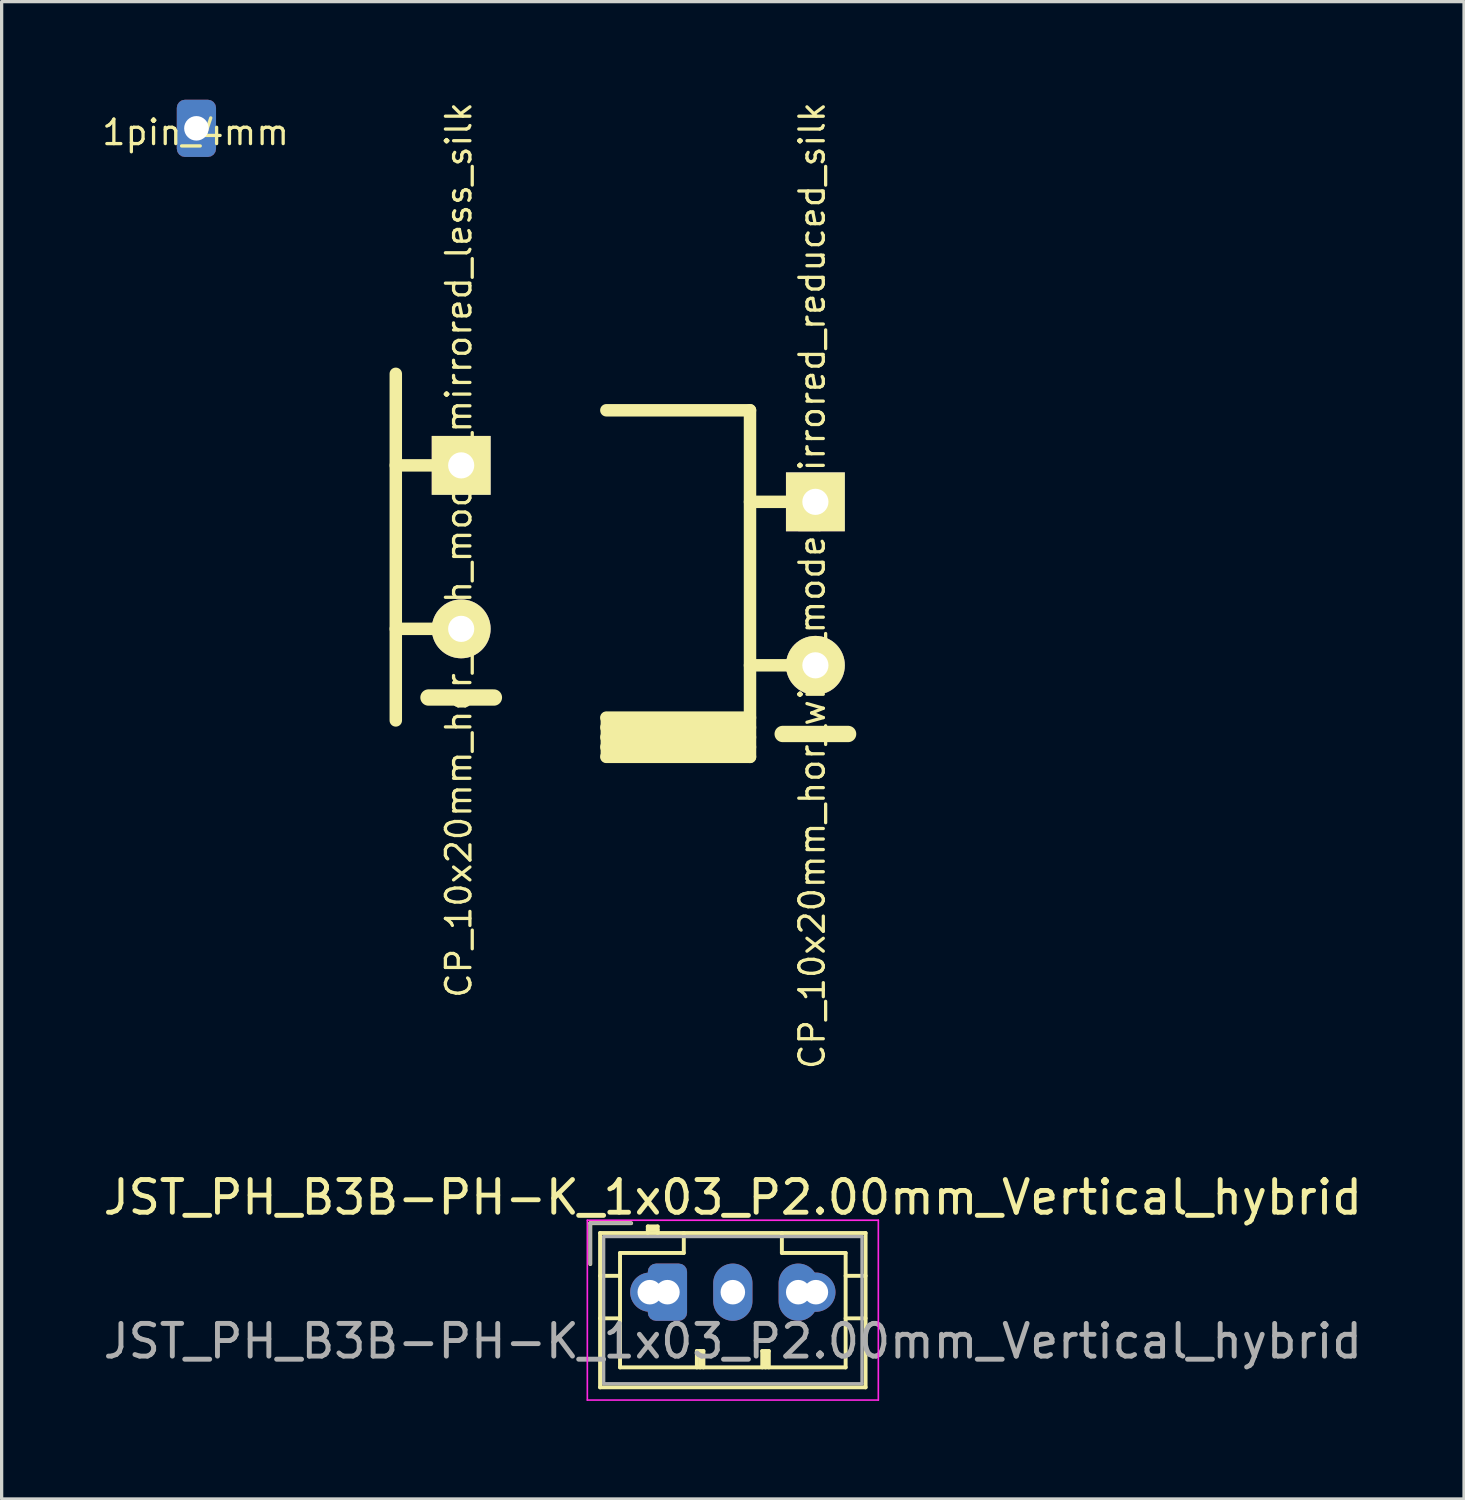
<source format=kicad_pcb>
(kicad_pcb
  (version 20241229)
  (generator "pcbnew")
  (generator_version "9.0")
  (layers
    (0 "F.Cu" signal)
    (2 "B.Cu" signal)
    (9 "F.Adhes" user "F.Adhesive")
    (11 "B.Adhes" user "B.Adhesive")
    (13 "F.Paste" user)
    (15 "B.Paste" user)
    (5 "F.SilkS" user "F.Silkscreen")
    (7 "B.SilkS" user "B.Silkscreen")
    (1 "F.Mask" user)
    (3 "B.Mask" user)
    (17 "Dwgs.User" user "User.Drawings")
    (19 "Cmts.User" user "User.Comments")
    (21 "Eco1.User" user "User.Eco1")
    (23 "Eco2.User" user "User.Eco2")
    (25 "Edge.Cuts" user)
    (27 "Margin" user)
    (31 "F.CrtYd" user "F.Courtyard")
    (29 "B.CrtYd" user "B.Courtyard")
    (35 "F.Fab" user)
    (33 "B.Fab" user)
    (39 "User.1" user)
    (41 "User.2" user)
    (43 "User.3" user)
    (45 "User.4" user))
  (footprint "CP_10x20mm_hor_with_model_mirrored_less_silk"
    (layer "F.Cu")
    (at 9.742 12.946)
    (property "Reference" "CP_10x20mm_hor_with_model_mirrored_less_silk" (at 1.238 0.825 270) (layer "F.SilkS") (effects (font (size 0.75 0.75) (thickness 0.1))))
    (attr through_hole)
    (fp_line (start -0.687 -4.563) (end -0.687 6.037) (stroke (width 0.381) (type solid)) (layer "F.SilkS"))
    (fp_line (start 1.313 -1.763) (end -0.687 -1.763) (stroke (width 0.381) (type solid)) (layer "F.SilkS"))
    (fp_line (start 1.313 3.237) (end -0.687 3.237) (stroke (width 0.381) (type solid)) (layer "F.SilkS"))
    (fp_line (start 2.313 5.337) (end 0.313 5.337) (stroke (width 0.5) (type solid)) (layer "F.SilkS"))
    (pad "1" thru_hole rect (at 1.313 -1.763 180) (size 1.8 1.8) (drill 0.8) (layers "*.Cu" "*.Mask" "F.SilkS"))
    (pad "2" thru_hole circle (at 1.313 3.237 180) (size 1.8 1.8) (drill 0.8) (layers "*.Cu" "*.Mask" "F.SilkS")))
  (footprint "CP_10x20mm_hor_with_model_mirrored_reduced_silk"
    (layer "F.Cu")
    (at 20.575 14.061)
    (property "Reference" "CP_10x20mm_hor_with_model_mirrored_reduced_silk" (at 1.213 0.8 270) (layer "F.SilkS") (effects (font (size 0.75 0.75) (thickness 0.1))))
    (attr through_hole)
    (fp_line (start -5.08 -4.563) (end -0.687 -4.563) (stroke (width 0.381) (type solid)) (layer "F.SilkS"))
    (fp_line (start -5.08 4.837) (end -5.08 6.037) (stroke (width 0.12) (type solid)) (layer "F.SilkS"))
    (fp_line (start -5.08 4.837) (end -5.08 6.037) (stroke (width 0.35) (type solid)) (layer "F.SilkS"))
    (fp_line (start -5.08 6.037) (end -0.687 6.037) (stroke (width 0.381) (type solid)) (layer "F.SilkS"))
    (fp_line (start -0.687 -4.563) (end -0.687 6.037) (stroke (width 0.381) (type solid)) (layer "F.SilkS"))
    (fp_line (start -0.687 4.837) (end -5.08 4.837) (stroke (width 0.381) (type solid)) (layer "F.SilkS"))
    (fp_line (start -0.687 5.137) (end -5.08 5.137) (stroke (width 0.381) (type solid)) (layer "F.SilkS"))
    (fp_line (start -0.687 5.437) (end -5.08 5.437) (stroke (width 0.381) (type solid)) (layer "F.SilkS"))
    (fp_line (start -0.687 5.737) (end -5.08 5.737) (stroke (width 0.381) (type solid)) (layer "F.SilkS"))
    (fp_line (start 1.313 -1.763) (end -0.687 -1.763) (stroke (width 0.381) (type solid)) (layer "F.SilkS"))
    (fp_line (start 1.313 3.237) (end -0.687 3.237) (stroke (width 0.381) (type solid)) (layer "F.SilkS"))
    (fp_line (start 2.313 5.337) (end 0.313 5.337) (stroke (width 0.5) (type solid)) (layer "F.SilkS"))
    (pad "1" thru_hole rect (at 1.313 -1.763 180) (size 1.8 1.8) (drill 0.8) (layers "*.Cu" "*.Mask" "F.SilkS"))
    (pad "2" thru_hole circle (at 1.313 3.237 180) (size 1.8 1.8) (drill 0.8) (layers "*.Cu" "*.Mask" "F.SilkS")))
  (footprint "1pin_4mm"
    (layer "F.Cu")
    (at 2.957 0.875)
    (property "Reference" "1pin_4mm" (at -0.025 0.125 180) (layer "F.SilkS") (effects (font (size 0.75 0.75) (thickness 0.1))))
    (attr exclude_from_pos_files exclude_from_bom)
    (pad "1" thru_hole roundrect (at 0 0) (size 1.2 1.75) (drill 0.75) (layers "*.Cu" "*.Mask") (roundrect_rratio 0.208)))
  (footprint "JST_PH_B3B-PH-K_1x03_P2.00mm_Vertical_hybrid"
    (layer "F.Cu")
    (at 17.363 36.47)
    (property "Reference" "JST_PH_B3B-PH-K_1x03_P2.00mm_Vertical_hybrid" (at 2 -2.9 180) (layer "F.SilkS") (effects (font (size 1 1) (thickness 0.15))))
    (attr through_hole)
    (fp_line (start -2.36 -2.11) (end -2.36 -0.86) (stroke (width 0.12) (type solid)) (layer "F.SilkS"))
    (fp_line (start -2.06 -1.81) (end -2.06 2.91) (stroke (width 0.12) (type solid)) (layer "F.SilkS"))
    (fp_line (start -2.06 -0.5) (end -1.45 -0.5) (stroke (width 0.12) (type solid)) (layer "F.SilkS"))
    (fp_line (start -2.06 0.8) (end -1.45 0.8) (stroke (width 0.12) (type solid)) (layer "F.SilkS"))
    (fp_line (start -2.06 2.91) (end 6.06 2.91) (stroke (width 0.12) (type solid)) (layer "F.SilkS"))
    (fp_line (start -1.45 -1.2) (end -1.45 2.3) (stroke (width 0.12) (type solid)) (layer "F.SilkS"))
    (fp_line (start -1.45 2.3) (end 5.45 2.3) (stroke (width 0.12) (type solid)) (layer "F.SilkS"))
    (fp_line (start -1.11 -2.11) (end -2.36 -2.11) (stroke (width 0.12) (type solid)) (layer "F.SilkS"))
    (fp_line (start -0.6 -2.01) (end -0.6 -1.81) (stroke (width 0.12) (type solid)) (layer "F.SilkS"))
    (fp_line (start -0.3 -2.01) (end -0.6 -2.01) (stroke (width 0.12) (type solid)) (layer "F.SilkS"))
    (fp_line (start -0.3 -1.91) (end -0.6 -1.91) (stroke (width 0.12) (type solid)) (layer "F.SilkS"))
    (fp_line (start -0.3 -1.81) (end -0.3 -2.01) (stroke (width 0.12) (type solid)) (layer "F.SilkS"))
    (fp_line (start 0.5 -1.81) (end 0.5 -1.2) (stroke (width 0.12) (type solid)) (layer "F.SilkS"))
    (fp_line (start 0.5 -1.2) (end -1.45 -1.2) (stroke (width 0.12) (type solid)) (layer "F.SilkS"))
    (fp_line (start 0.9 1.8) (end 1.1 1.8) (stroke (width 0.12) (type solid)) (layer "F.SilkS"))
    (fp_line (start 0.9 2.3) (end 0.9 1.8) (stroke (width 0.12) (type solid)) (layer "F.SilkS"))
    (fp_line (start 1 2.3) (end 1 1.8) (stroke (width 0.12) (type solid)) (layer "F.SilkS"))
    (fp_line (start 1.1 1.8) (end 1.1 2.3) (stroke (width 0.12) (type solid)) (layer "F.SilkS"))
    (fp_line (start 2.9 1.8) (end 3.1 1.8) (stroke (width 0.12) (type solid)) (layer "F.SilkS"))
    (fp_line (start 2.9 2.3) (end 2.9 1.8) (stroke (width 0.12) (type solid)) (layer "F.SilkS"))
    (fp_line (start 3 2.3) (end 3 1.8) (stroke (width 0.12) (type solid)) (layer "F.SilkS"))
    (fp_line (start 3.1 1.8) (end 3.1 2.3) (stroke (width 0.12) (type solid)) (layer "F.SilkS"))
    (fp_line (start 3.5 -1.2) (end 3.5 -1.81) (stroke (width 0.12) (type solid)) (layer "F.SilkS"))
    (fp_line (start 5.45 -1.2) (end 3.5 -1.2) (stroke (width 0.12) (type solid)) (layer "F.SilkS"))
    (fp_line (start 5.45 2.3) (end 5.45 -1.2) (stroke (width 0.12) (type solid)) (layer "F.SilkS"))
    (fp_line (start 6.06 -1.81) (end -2.06 -1.81) (stroke (width 0.12) (type solid)) (layer "F.SilkS"))
    (fp_line (start 6.06 -0.5) (end 5.45 -0.5) (stroke (width 0.12) (type solid)) (layer "F.SilkS"))
    (fp_line (start 6.06 0.8) (end 5.45 0.8) (stroke (width 0.12) (type solid)) (layer "F.SilkS"))
    (fp_line (start 6.06 2.91) (end 6.06 -1.81) (stroke (width 0.12) (type solid)) (layer "F.SilkS"))
    (fp_line (start -2.45 -2.2) (end -2.45 3.3) (stroke (width 0.05) (type solid)) (layer "F.CrtYd"))
    (fp_line (start -2.45 3.3) (end 6.45 3.3) (stroke (width 0.05) (type solid)) (layer "F.CrtYd"))
    (fp_line (start 6.45 -2.2) (end -2.45 -2.2) (stroke (width 0.05) (type solid)) (layer "F.CrtYd"))
    (fp_line (start 6.45 3.3) (end 6.45 -2.2) (stroke (width 0.05) (type solid)) (layer "F.CrtYd"))
    (fp_line (start -2.36 -2.11) (end -2.36 -0.86) (stroke (width 0.1) (type solid)) (layer "F.Fab"))
    (fp_line (start -1.95 -1.7) (end -1.95 2.8) (stroke (width 0.1) (type solid)) (layer "F.Fab"))
    (fp_line (start -1.95 2.8) (end 5.95 2.8) (stroke (width 0.1) (type solid)) (layer "F.Fab"))
    (fp_line (start -1.11 -2.11) (end -2.36 -2.11) (stroke (width 0.1) (type solid)) (layer "F.Fab"))
    (fp_line (start 5.95 -1.7) (end -1.95 -1.7) (stroke (width 0.1) (type solid)) (layer "F.Fab"))
    (fp_line (start 5.95 2.8) (end 5.95 -1.7) (stroke (width 0.1) (type solid)) (layer "F.Fab"))
    (fp_text user "${REFERENCE}" (at 2 1.5 180) (layer "F.Fab") (effects (font (size 1 1) (thickness 0.15))))
    (pad "1" thru_hole circle (at -0.54 0) (size 1.2 1.2) (drill 0.75) (layers "*.Cu" "*.Mask"))
    (pad "1" thru_hole roundrect (at 0 0) (size 1.2 1.75) (drill 0.75) (layers "*.Cu" "*.Mask") (roundrect_rratio 0.208))
    (pad "2" thru_hole oval (at 2 0) (size 1.2 1.75) (drill 0.75) (layers "*.Cu" "*.Mask"))
    (pad "3" thru_hole oval (at 4 0) (size 1.2 1.75) (drill 0.75) (layers "*.Cu" "*.Mask"))
    (pad "3" thru_hole circle (at 4.54 0) (size 1.2 1.2) (drill 0.75) (layers "*.Cu" "*.Mask")))
  (gr_rect
    (start -3 -3)
    (end 41.726 42.795)
    (stroke (width 0.1) (type default))
    (fill no)
    (layer "Edge.Cuts")))
</source>
